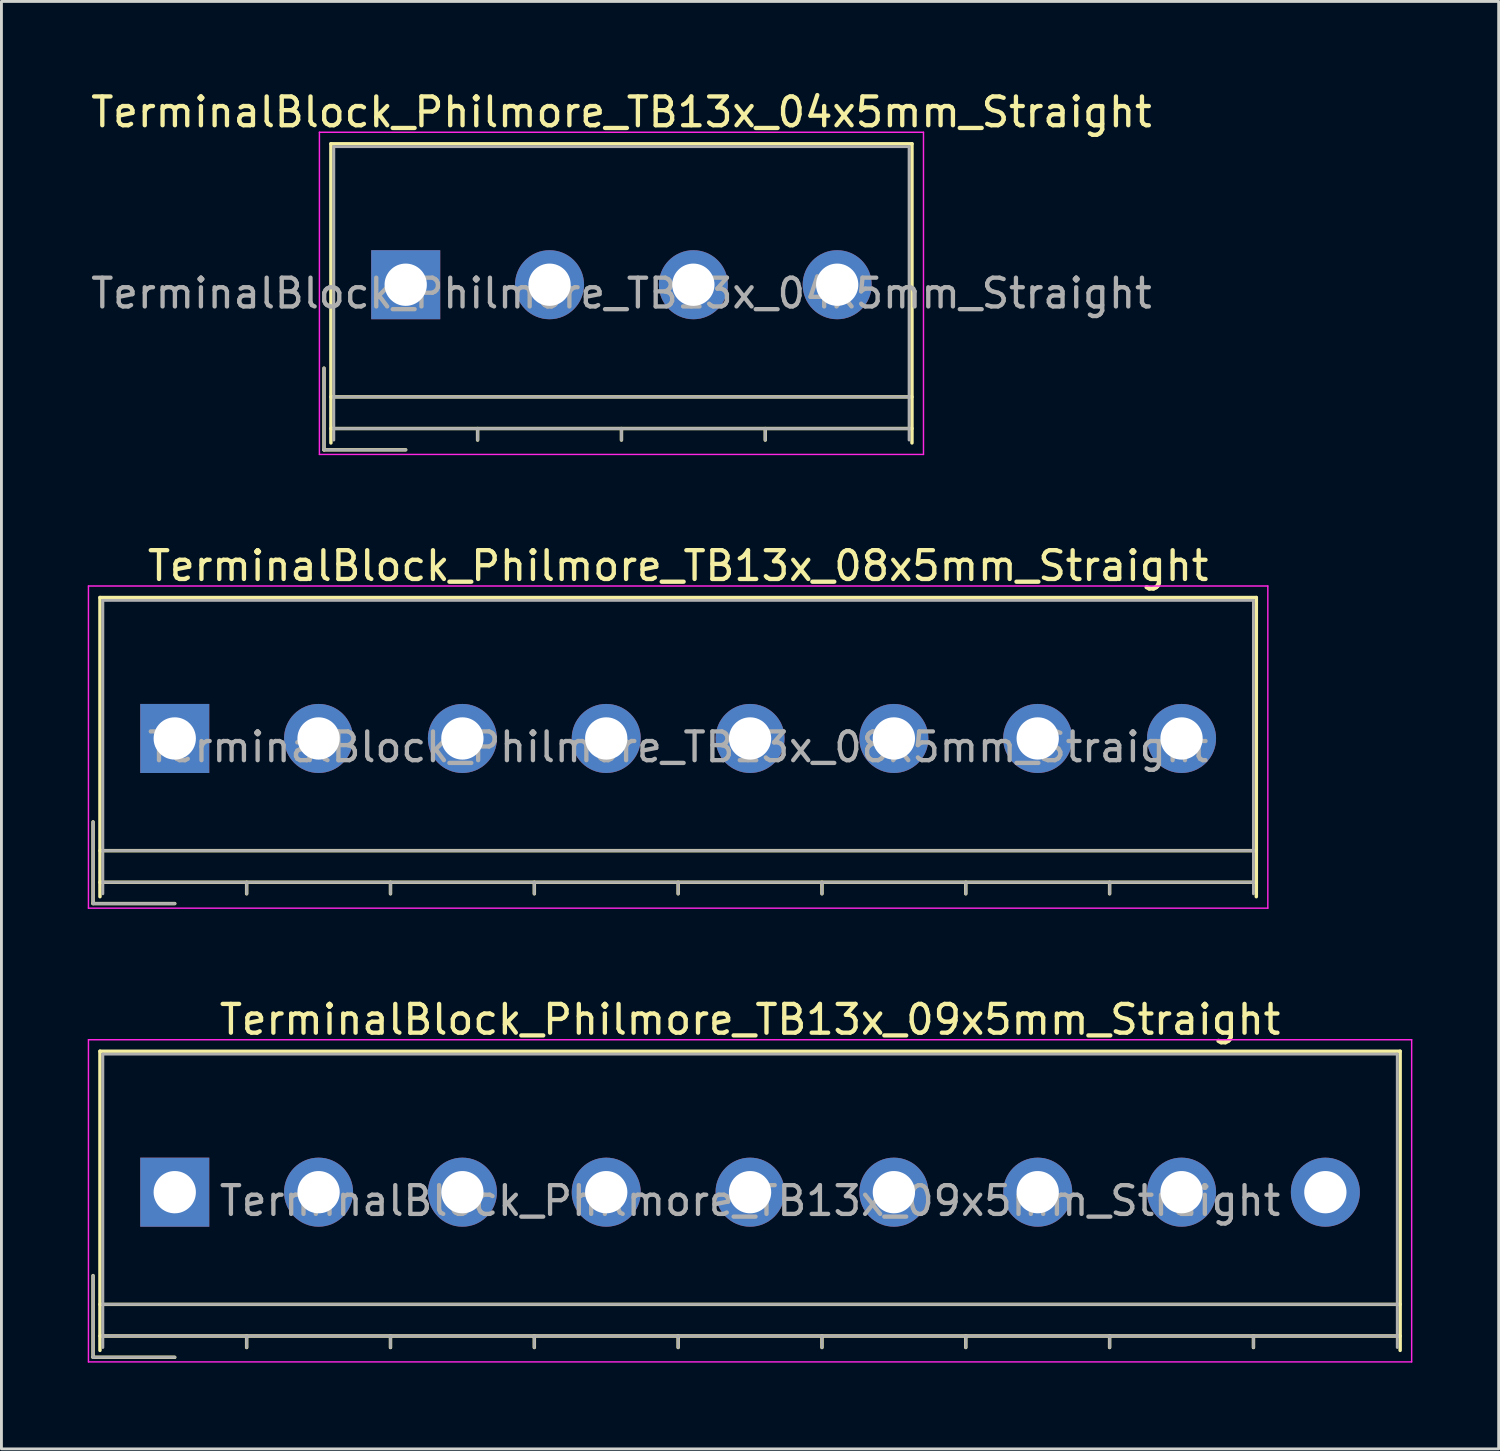
<source format=kicad_pcb>
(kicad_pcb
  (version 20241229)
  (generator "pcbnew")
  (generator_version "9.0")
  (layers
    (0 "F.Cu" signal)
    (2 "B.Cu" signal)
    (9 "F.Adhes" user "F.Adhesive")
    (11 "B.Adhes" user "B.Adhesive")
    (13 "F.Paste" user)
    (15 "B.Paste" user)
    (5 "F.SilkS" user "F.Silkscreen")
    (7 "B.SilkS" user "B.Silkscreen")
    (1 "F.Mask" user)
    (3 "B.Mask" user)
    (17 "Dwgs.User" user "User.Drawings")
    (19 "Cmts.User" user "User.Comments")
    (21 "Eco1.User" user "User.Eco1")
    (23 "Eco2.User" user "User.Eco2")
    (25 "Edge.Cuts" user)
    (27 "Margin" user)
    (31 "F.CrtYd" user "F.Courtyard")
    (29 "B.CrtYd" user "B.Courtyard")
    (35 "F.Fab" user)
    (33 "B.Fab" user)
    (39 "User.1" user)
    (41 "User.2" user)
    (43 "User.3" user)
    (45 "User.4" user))
  (footprint "TerminalBlock_Philmore_TB13x_08x5mm_Straight"
    (layer "F.Cu")
    (at 3.025 22.622)
    (property "Reference" "TerminalBlock_Philmore_TB13x_08x5mm_Straight" (at 17.5 -6 0) (layer "F.SilkS") (effects (font (size 1 1) (thickness 0.15))))
    (attr through_hole)
    (fp_line (start -2.84 2.9) (end -2.84 5.74) (stroke (width 0.12) (type solid)) (layer "F.SilkS"))
    (fp_line (start -2.84 5.74) (end 0 5.74) (stroke (width 0.12) (type solid)) (layer "F.SilkS"))
    (fp_line (start -2.6 -4.9) (end 37.6 -4.9) (stroke (width 0.12) (type solid)) (layer "F.SilkS"))
    (fp_line (start -2.6 3.9) (end 37.6 3.9) (stroke (width 0.12) (type solid)) (layer "F.SilkS"))
    (fp_line (start -2.6 5) (end 37.6 5) (stroke (width 0.12) (type solid)) (layer "F.SilkS"))
    (fp_line (start -2.6 5.5) (end -2.6 -4.9) (stroke (width 0.12) (type solid)) (layer "F.SilkS"))
    (fp_line (start 2.5 5) (end 2.5 5.4) (stroke (width 0.12) (type solid)) (layer "F.SilkS"))
    (fp_line (start 7.5 5) (end 7.5 5.4) (stroke (width 0.12) (type solid)) (layer "F.SilkS"))
    (fp_line (start 12.5 5) (end 12.5 5.4) (stroke (width 0.12) (type solid)) (layer "F.SilkS"))
    (fp_line (start 17.5 5) (end 17.5 5.4) (stroke (width 0.12) (type solid)) (layer "F.SilkS"))
    (fp_line (start 22.5 5) (end 22.5 5.4) (stroke (width 0.12) (type solid)) (layer "F.SilkS"))
    (fp_line (start 27.5 5) (end 27.5 5.4) (stroke (width 0.12) (type solid)) (layer "F.SilkS"))
    (fp_line (start 32.5 5) (end 32.5 5.4) (stroke (width 0.12) (type solid)) (layer "F.SilkS"))
    (fp_line (start 37.6 -4.9) (end 37.6 5.5) (stroke (width 0.12) (type solid)) (layer "F.SilkS"))
    (fp_line (start -3 -5.3) (end -3 5.9) (stroke (width 0.05) (type solid)) (layer "F.CrtYd"))
    (fp_line (start -3 5.9) (end 38 5.9) (stroke (width 0.05) (type solid)) (layer "F.CrtYd"))
    (fp_line (start 38 -5.3) (end -3 -5.3) (stroke (width 0.05) (type solid)) (layer "F.CrtYd"))
    (fp_line (start 38 5.9) (end 38 -5.3) (stroke (width 0.05) (type solid)) (layer "F.CrtYd"))
    (fp_line (start -2.84 2.9) (end -2.84 5.74) (stroke (width 0.1) (type solid)) (layer "F.Fab"))
    (fp_line (start -2.84 5.74) (end 0 5.74) (stroke (width 0.1) (type solid)) (layer "F.Fab"))
    (fp_line (start -2.5 -4.8) (end 37.5 -4.8) (stroke (width 0.1) (type solid)) (layer "F.Fab"))
    (fp_line (start -2.5 3.9) (end 37.5 3.9) (stroke (width 0.1) (type solid)) (layer "F.Fab"))
    (fp_line (start -2.5 5) (end 37.5 5) (stroke (width 0.1) (type solid)) (layer "F.Fab"))
    (fp_line (start -2.5 5.4) (end -2.5 -4.8) (stroke (width 0.1) (type solid)) (layer "F.Fab"))
    (fp_line (start 2.5 5) (end 2.5 5.4) (stroke (width 0.1) (type solid)) (layer "F.Fab"))
    (fp_line (start 7.5 5) (end 7.5 5.4) (stroke (width 0.1) (type solid)) (layer "F.Fab"))
    (fp_line (start 12.5 5) (end 12.5 5.4) (stroke (width 0.1) (type solid)) (layer "F.Fab"))
    (fp_line (start 17.5 5) (end 17.5 5.4) (stroke (width 0.1) (type solid)) (layer "F.Fab"))
    (fp_line (start 22.5 5) (end 22.5 5.4) (stroke (width 0.1) (type solid)) (layer "F.Fab"))
    (fp_line (start 27.5 5) (end 27.5 5.4) (stroke (width 0.1) (type solid)) (layer "F.Fab"))
    (fp_line (start 32.5 5) (end 32.5 5.4) (stroke (width 0.1) (type solid)) (layer "F.Fab"))
    (fp_line (start 37.5 -4.8) (end 37.5 5.4) (stroke (width 0.1) (type solid)) (layer "F.Fab"))
    (fp_text user "${REFERENCE}" (at 17.5 0.3 0) (layer "F.Fab") (effects (font (size 1 1) (thickness 0.15))))
    (pad "1" thru_hole rect (at 0 0) (size 2.4 2.4) (drill 1.47) (layers "*.Cu" "*.Mask"))
    (pad "2" thru_hole circle (at 5 0) (size 2.4 2.4) (drill 1.47) (layers "*.Cu" "*.Mask"))
    (pad "3" thru_hole circle (at 10 0) (size 2.4 2.4) (drill 1.47) (layers "*.Cu" "*.Mask"))
    (pad "4" thru_hole circle (at 15 0) (size 2.4 2.4) (drill 1.47) (layers "*.Cu" "*.Mask"))
    (pad "5" thru_hole circle (at 20 0) (size 2.4 2.4) (drill 1.47) (layers "*.Cu" "*.Mask"))
    (pad "6" thru_hole circle (at 25 0) (size 2.4 2.4) (drill 1.47) (layers "*.Cu" "*.Mask"))
    (pad "7" thru_hole circle (at 30 0) (size 2.4 2.4) (drill 1.47) (layers "*.Cu" "*.Mask"))
    (pad "8" thru_hole circle (at 35 0) (size 2.4 2.4) (drill 1.47) (layers "*.Cu" "*.Mask")))
  (footprint "TerminalBlock_Philmore_TB13x_09x5mm_Straight"
    (layer "F.Cu")
    (at 3.025 38.395)
    (property "Reference" "TerminalBlock_Philmore_TB13x_09x5mm_Straight" (at 20 -6 0) (layer "F.SilkS") (effects (font (size 1 1) (thickness 0.15))))
    (attr through_hole)
    (fp_line (start -2.84 2.9) (end -2.84 5.74) (stroke (width 0.12) (type solid)) (layer "F.SilkS"))
    (fp_line (start -2.84 5.74) (end 0 5.74) (stroke (width 0.12) (type solid)) (layer "F.SilkS"))
    (fp_line (start -2.6 -4.9) (end 42.6 -4.9) (stroke (width 0.12) (type solid)) (layer "F.SilkS"))
    (fp_line (start -2.6 3.9) (end 42.6 3.9) (stroke (width 0.12) (type solid)) (layer "F.SilkS"))
    (fp_line (start -2.6 5) (end 42.6 5) (stroke (width 0.12) (type solid)) (layer "F.SilkS"))
    (fp_line (start -2.6 5.5) (end -2.6 -4.9) (stroke (width 0.12) (type solid)) (layer "F.SilkS"))
    (fp_line (start 2.5 5) (end 2.5 5.4) (stroke (width 0.12) (type solid)) (layer "F.SilkS"))
    (fp_line (start 7.5 5) (end 7.5 5.4) (stroke (width 0.12) (type solid)) (layer "F.SilkS"))
    (fp_line (start 12.5 5) (end 12.5 5.4) (stroke (width 0.12) (type solid)) (layer "F.SilkS"))
    (fp_line (start 17.5 5) (end 17.5 5.4) (stroke (width 0.12) (type solid)) (layer "F.SilkS"))
    (fp_line (start 22.5 5) (end 22.5 5.4) (stroke (width 0.12) (type solid)) (layer "F.SilkS"))
    (fp_line (start 27.5 5) (end 27.5 5.4) (stroke (width 0.12) (type solid)) (layer "F.SilkS"))
    (fp_line (start 32.5 5) (end 32.5 5.4) (stroke (width 0.12) (type solid)) (layer "F.SilkS"))
    (fp_line (start 37.5 5) (end 37.5 5.4) (stroke (width 0.12) (type solid)) (layer "F.SilkS"))
    (fp_line (start 42.6 -4.9) (end 42.6 5.5) (stroke (width 0.12) (type solid)) (layer "F.SilkS"))
    (fp_line (start -3 -5.3) (end -3 5.9) (stroke (width 0.05) (type solid)) (layer "F.CrtYd"))
    (fp_line (start -3 5.9) (end 43 5.9) (stroke (width 0.05) (type solid)) (layer "F.CrtYd"))
    (fp_line (start 43 -5.3) (end -3 -5.3) (stroke (width 0.05) (type solid)) (layer "F.CrtYd"))
    (fp_line (start 43 5.9) (end 43 -5.3) (stroke (width 0.05) (type solid)) (layer "F.CrtYd"))
    (fp_line (start -2.84 2.9) (end -2.84 5.74) (stroke (width 0.1) (type solid)) (layer "F.Fab"))
    (fp_line (start -2.84 5.74) (end 0 5.74) (stroke (width 0.1) (type solid)) (layer "F.Fab"))
    (fp_line (start -2.5 -4.8) (end 42.5 -4.8) (stroke (width 0.1) (type solid)) (layer "F.Fab"))
    (fp_line (start -2.5 3.9) (end 42.5 3.9) (stroke (width 0.1) (type solid)) (layer "F.Fab"))
    (fp_line (start -2.5 5) (end 42.5 5) (stroke (width 0.1) (type solid)) (layer "F.Fab"))
    (fp_line (start -2.5 5.4) (end -2.5 -4.8) (stroke (width 0.1) (type solid)) (layer "F.Fab"))
    (fp_line (start 2.5 5) (end 2.5 5.4) (stroke (width 0.1) (type solid)) (layer "F.Fab"))
    (fp_line (start 7.5 5) (end 7.5 5.4) (stroke (width 0.1) (type solid)) (layer "F.Fab"))
    (fp_line (start 12.5 5) (end 12.5 5.4) (stroke (width 0.1) (type solid)) (layer "F.Fab"))
    (fp_line (start 17.5 5) (end 17.5 5.4) (stroke (width 0.1) (type solid)) (layer "F.Fab"))
    (fp_line (start 22.5 5) (end 22.5 5.4) (stroke (width 0.1) (type solid)) (layer "F.Fab"))
    (fp_line (start 27.5 5) (end 27.5 5.4) (stroke (width 0.1) (type solid)) (layer "F.Fab"))
    (fp_line (start 32.5 5) (end 32.5 5.4) (stroke (width 0.1) (type solid)) (layer "F.Fab"))
    (fp_line (start 37.5 5) (end 37.5 5.4) (stroke (width 0.1) (type solid)) (layer "F.Fab"))
    (fp_line (start 42.5 -4.8) (end 42.5 5.4) (stroke (width 0.1) (type solid)) (layer "F.Fab"))
    (fp_text user "${REFERENCE}" (at 20 0.3 0) (layer "F.Fab") (effects (font (size 1 1) (thickness 0.15))))
    (pad "1" thru_hole rect (at 0 0) (size 2.4 2.4) (drill 1.47) (layers "*.Cu" "*.Mask"))
    (pad "2" thru_hole circle (at 5 0) (size 2.4 2.4) (drill 1.47) (layers "*.Cu" "*.Mask"))
    (pad "3" thru_hole circle (at 10 0) (size 2.4 2.4) (drill 1.47) (layers "*.Cu" "*.Mask"))
    (pad "4" thru_hole circle (at 15 0) (size 2.4 2.4) (drill 1.47) (layers "*.Cu" "*.Mask"))
    (pad "5" thru_hole circle (at 20 0) (size 2.4 2.4) (drill 1.47) (layers "*.Cu" "*.Mask"))
    (pad "6" thru_hole circle (at 25 0) (size 2.4 2.4) (drill 1.47) (layers "*.Cu" "*.Mask"))
    (pad "7" thru_hole circle (at 30 0) (size 2.4 2.4) (drill 1.47) (layers "*.Cu" "*.Mask"))
    (pad "8" thru_hole circle (at 35 0) (size 2.4 2.4) (drill 1.47) (layers "*.Cu" "*.Mask"))
    (pad "9" thru_hole circle (at 40 0) (size 2.4 2.4) (drill 1.47) (layers "*.Cu" "*.Mask")))
  (footprint "TerminalBlock_Philmore_TB13x_04x5mm_Straight"
    (layer "F.Cu")
    (at 11.054 6.848)
    (property "Reference" "TerminalBlock_Philmore_TB13x_04x5mm_Straight" (at 7.5 -6 0) (layer "F.SilkS") (effects (font (size 1 1) (thickness 0.15))))
    (attr through_hole)
    (fp_line (start -2.84 2.9) (end -2.84 5.74) (stroke (width 0.12) (type solid)) (layer "F.SilkS"))
    (fp_line (start -2.84 5.74) (end 0 5.74) (stroke (width 0.12) (type solid)) (layer "F.SilkS"))
    (fp_line (start -2.6 -4.9) (end 17.6 -4.9) (stroke (width 0.12) (type solid)) (layer "F.SilkS"))
    (fp_line (start -2.6 3.9) (end 17.6 3.9) (stroke (width 0.12) (type solid)) (layer "F.SilkS"))
    (fp_line (start -2.6 5) (end 17.6 5) (stroke (width 0.12) (type solid)) (layer "F.SilkS"))
    (fp_line (start -2.6 5.5) (end -2.6 -4.9) (stroke (width 0.12) (type solid)) (layer "F.SilkS"))
    (fp_line (start 2.5 5) (end 2.5 5.4) (stroke (width 0.12) (type solid)) (layer "F.SilkS"))
    (fp_line (start 7.5 5) (end 7.5 5.4) (stroke (width 0.12) (type solid)) (layer "F.SilkS"))
    (fp_line (start 12.5 5) (end 12.5 5.4) (stroke (width 0.12) (type solid)) (layer "F.SilkS"))
    (fp_line (start 17.6 -4.9) (end 17.6 5.5) (stroke (width 0.12) (type solid)) (layer "F.SilkS"))
    (fp_line (start -3 -5.3) (end -3 5.9) (stroke (width 0.05) (type solid)) (layer "F.CrtYd"))
    (fp_line (start -3 5.9) (end 18 5.9) (stroke (width 0.05) (type solid)) (layer "F.CrtYd"))
    (fp_line (start 18 -5.3) (end -3 -5.3) (stroke (width 0.05) (type solid)) (layer "F.CrtYd"))
    (fp_line (start 18 5.9) (end 18 -5.3) (stroke (width 0.05) (type solid)) (layer "F.CrtYd"))
    (fp_line (start -2.84 2.9) (end -2.84 5.74) (stroke (width 0.1) (type solid)) (layer "F.Fab"))
    (fp_line (start -2.84 5.74) (end 0 5.74) (stroke (width 0.1) (type solid)) (layer "F.Fab"))
    (fp_line (start -2.5 -4.8) (end 17.5 -4.8) (stroke (width 0.1) (type solid)) (layer "F.Fab"))
    (fp_line (start -2.5 3.9) (end 17.5 3.9) (stroke (width 0.1) (type solid)) (layer "F.Fab"))
    (fp_line (start -2.5 5) (end 17.5 5) (stroke (width 0.1) (type solid)) (layer "F.Fab"))
    (fp_line (start -2.5 5.4) (end -2.5 -4.8) (stroke (width 0.1) (type solid)) (layer "F.Fab"))
    (fp_line (start 2.5 5) (end 2.5 5.4) (stroke (width 0.1) (type solid)) (layer "F.Fab"))
    (fp_line (start 7.5 5) (end 7.5 5.4) (stroke (width 0.1) (type solid)) (layer "F.Fab"))
    (fp_line (start 12.5 5) (end 12.5 5.4) (stroke (width 0.1) (type solid)) (layer "F.Fab"))
    (fp_line (start 17.5 -4.8) (end 17.5 5.4) (stroke (width 0.1) (type solid)) (layer "F.Fab"))
    (fp_text user "${REFERENCE}" (at 7.5 0.3 0) (layer "F.Fab") (effects (font (size 1 1) (thickness 0.15))))
    (pad "1" thru_hole rect (at 0 0) (size 2.4 2.4) (drill 1.47) (layers "*.Cu" "*.Mask"))
    (pad "2" thru_hole circle (at 5 0) (size 2.4 2.4) (drill 1.47) (layers "*.Cu" "*.Mask"))
    (pad "3" thru_hole circle (at 10 0) (size 2.4 2.4) (drill 1.47) (layers "*.Cu" "*.Mask"))
    (pad "4" thru_hole circle (at 15 0) (size 2.4 2.4) (drill 1.47) (layers "*.Cu" "*.Mask")))
  (gr_rect
    (start -3 -3)
    (end 49.05 47.32)
    (stroke (width 0.1) (type default))
    (fill no)
    (layer "Edge.Cuts")))
</source>
